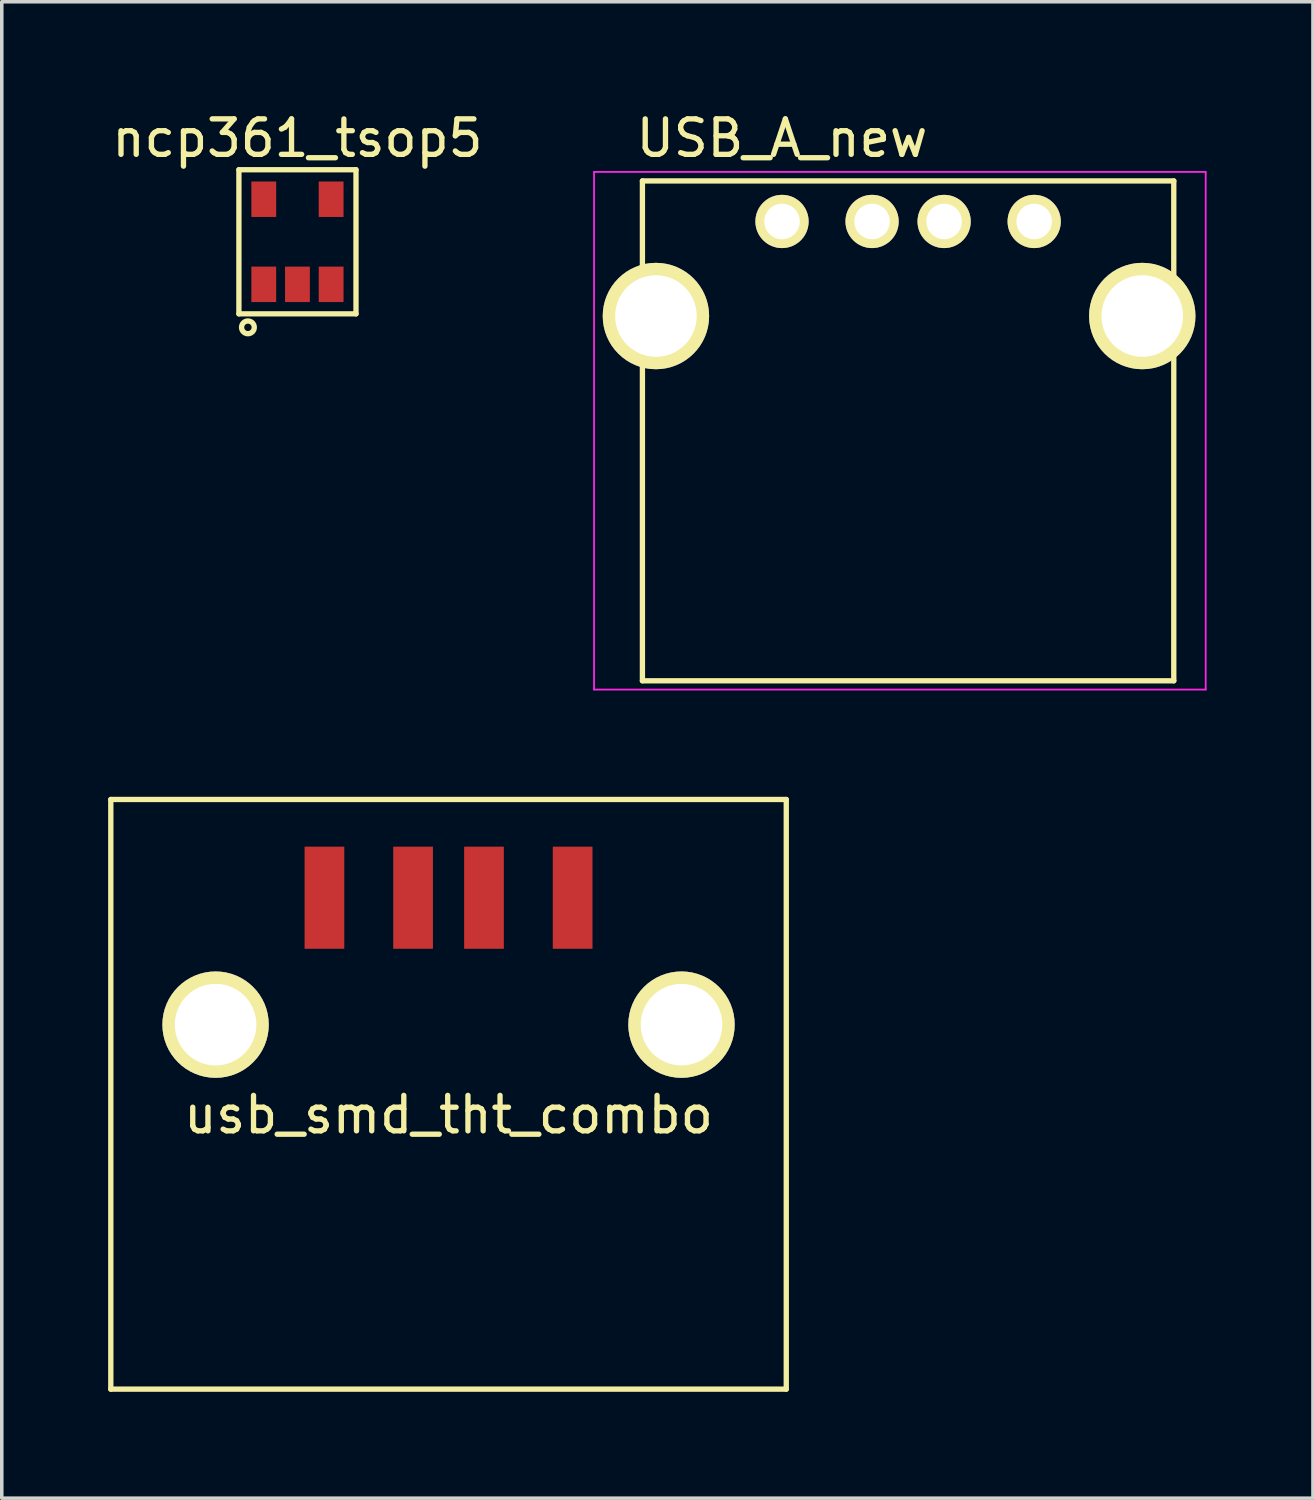
<source format=kicad_pcb>
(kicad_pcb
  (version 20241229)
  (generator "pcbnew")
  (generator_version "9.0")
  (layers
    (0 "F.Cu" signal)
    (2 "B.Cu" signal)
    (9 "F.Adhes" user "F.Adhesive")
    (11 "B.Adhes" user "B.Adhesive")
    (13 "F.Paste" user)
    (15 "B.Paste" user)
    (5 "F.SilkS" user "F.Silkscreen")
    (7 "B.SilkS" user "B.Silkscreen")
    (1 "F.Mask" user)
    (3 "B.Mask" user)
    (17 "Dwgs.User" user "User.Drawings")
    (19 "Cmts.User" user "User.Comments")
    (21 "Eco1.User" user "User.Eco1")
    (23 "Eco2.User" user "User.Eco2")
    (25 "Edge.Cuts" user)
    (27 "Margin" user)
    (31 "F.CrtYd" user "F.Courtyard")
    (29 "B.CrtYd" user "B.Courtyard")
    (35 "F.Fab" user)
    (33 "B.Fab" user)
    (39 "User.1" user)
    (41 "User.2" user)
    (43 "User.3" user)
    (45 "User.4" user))
  (footprint "USB_A_new"
    (layer "F.Cu")
    (at 22.56 3.198)
    (property "Reference" "USB_A_new" (at -3.556 -2.35 0) (layer "F.SilkS") (effects (font (size 1 1) (thickness 0.15))))
    (attr through_hole)
    (fp_line (start -7.492 12.952) (end -7.492 -1.145) (stroke (width 0.15) (type solid)) (layer "F.SilkS"))
    (fp_line (start 7.494 -1.145) (end -7.492 -1.145) (stroke (width 0.15) (type solid)) (layer "F.SilkS"))
    (fp_line (start 7.494 -1.145) (end 7.494 12.952) (stroke (width 0.15) (type solid)) (layer "F.SilkS"))
    (fp_line (start 7.494 12.952) (end -7.492 12.952) (stroke (width 0.15) (type solid)) (layer "F.SilkS"))
    (fp_line (start -8.856 -1.4) (end 8.394 -1.4) (stroke (width 0.05) (type solid)) (layer "F.CrtYd"))
    (fp_line (start -8.856 13.2) (end -8.856 -1.4) (stroke (width 0.05) (type solid)) (layer "F.CrtYd"))
    (fp_line (start -8.856 13.2) (end 8.394 13.2) (stroke (width 0.05) (type solid)) (layer "F.CrtYd"))
    (fp_line (start 8.394 -1.4) (end 8.394 13.2) (stroke (width 0.05) (type solid)) (layer "F.CrtYd"))
    (pad "1" thru_hole circle (at -3.555 -0.002 270) (size 1.501 1.501) (drill 1.001) (layers "*.Cu" "*.Mask" "F.SilkS"))
    (pad "2" thru_hole circle (at -1.015 -0.002 270) (size 1.501 1.501) (drill 1.001) (layers "*.Cu" "*.Mask" "F.SilkS"))
    (pad "3" thru_hole circle (at 1.017 -0.002 270) (size 1.501 1.501) (drill 1.001) (layers "*.Cu" "*.Mask" "F.SilkS"))
    (pad "4" thru_hole circle (at 3.557 -0.002 270) (size 1.501 1.501) (drill 1.001) (layers "*.Cu" "*.Mask" "F.SilkS"))
    (pad "5" thru_hole circle (at -7.111 2.665 270) (size 3 3) (drill 2.301) (layers "*.Cu" "*.Mask" "F.SilkS"))
    (pad "5" thru_hole circle (at 6.605 2.665 270) (size 3 3) (drill 2.301) (layers "*.Cu" "*.Mask" "F.SilkS")))
  (footprint "usb_smd_tht_combo"
    (layer "F.Cu")
    (at 9.6 25.848)
    (property "Reference" "usb_smd_tht_combo" (at 0 2.54 0) (layer "F.SilkS") (effects (font (size 1 1) (thickness 0.15))))
    (attr through_hole)
    (fp_line (start -9.525 -6.35) (end -9.525 10.28) (stroke (width 0.15) (type solid)) (layer "F.SilkS"))
    (fp_line (start -9.525 10.28) (end 9.525 10.28) (stroke (width 0.15) (type solid)) (layer "F.SilkS"))
    (fp_line (start 9.525 -6.35) (end -9.525 -6.35) (stroke (width 0.15) (type solid)) (layer "F.SilkS"))
    (fp_line (start 9.525 10.28) (end 9.525 -6.35) (stroke (width 0.15) (type solid)) (layer "F.SilkS"))
    (pad "1" smd rect (at -3.5 -3.58) (size 1.12 2.88) (layers "F.Cu" "F.Mask" "F.Paste"))
    (pad "2" smd rect (at -1 -3.58) (size 1.12 2.88) (layers "F.Cu" "F.Mask" "F.Paste"))
    (pad "3" smd rect (at 1 -3.58) (size 1.12 2.88) (layers "F.Cu" "F.Mask" "F.Paste"))
    (pad "4" smd rect (at 3.5 -3.58) (size 1.12 2.88) (layers "F.Cu" "F.Mask" "F.Paste"))
    (pad "5" thru_hole circle (at -6.57 0) (size 3 3) (drill 2.3) (layers "*.Cu" "*.Mask" "F.SilkS"))
    (pad "6" thru_hole circle (at 6.57 0) (size 3 3) (drill 2.3) (layers "*.Cu" "*.Mask" "F.SilkS")))
  (footprint "ncp361_tsop5"
    (layer "F.Cu")
    (at 5.339 3.769)
    (property "Reference" "ncp361_tsop5" (at 0 -2.921 0) (layer "F.SilkS") (effects (font (size 1 1) (thickness 0.15))))
    (attr through_hole)
    (fp_line (start -1.651 -2.032) (end -1.651 2.032) (stroke (width 0.15) (type solid)) (layer "F.SilkS"))
    (fp_line (start -1.651 2.032) (end 1.651 2.032) (stroke (width 0.15) (type solid)) (layer "F.SilkS"))
    (fp_line (start 1.651 -2.032) (end -1.651 -2.032) (stroke (width 0.15) (type solid)) (layer "F.SilkS"))
    (fp_line (start 1.651 2.032) (end 1.651 -2.032) (stroke (width 0.15) (type solid)) (layer "F.SilkS"))
    (fp_circle (center -1.397 2.413) (end -1.27 2.286) (stroke (width 0.15) (type solid)) (fill no) (layer "F.SilkS"))
    (pad "1" smd rect (at -0.95 1.2) (size 0.7 1) (layers "F.Cu" "F.Mask" "F.Paste"))
    (pad "2" smd rect (at 0 1.2) (size 0.7 1) (layers "F.Cu" "F.Mask" "F.Paste"))
    (pad "3" smd rect (at 0.95 1.2) (size 0.7 1) (layers "F.Cu" "F.Mask" "F.Paste"))
    (pad "4" smd rect (at 0.95 -1.2) (size 0.7 1) (layers "F.Cu" "F.Mask" "F.Paste"))
    (pad "5" smd rect (at -0.95 -1.2) (size 0.7 1) (layers "F.Cu" "F.Mask" "F.Paste")))
  (gr_rect
    (start -3 -3)
    (end 33.979 39.203)
    (stroke (width 0.1) (type default))
    (fill no)
    (layer "Edge.Cuts")))
</source>
